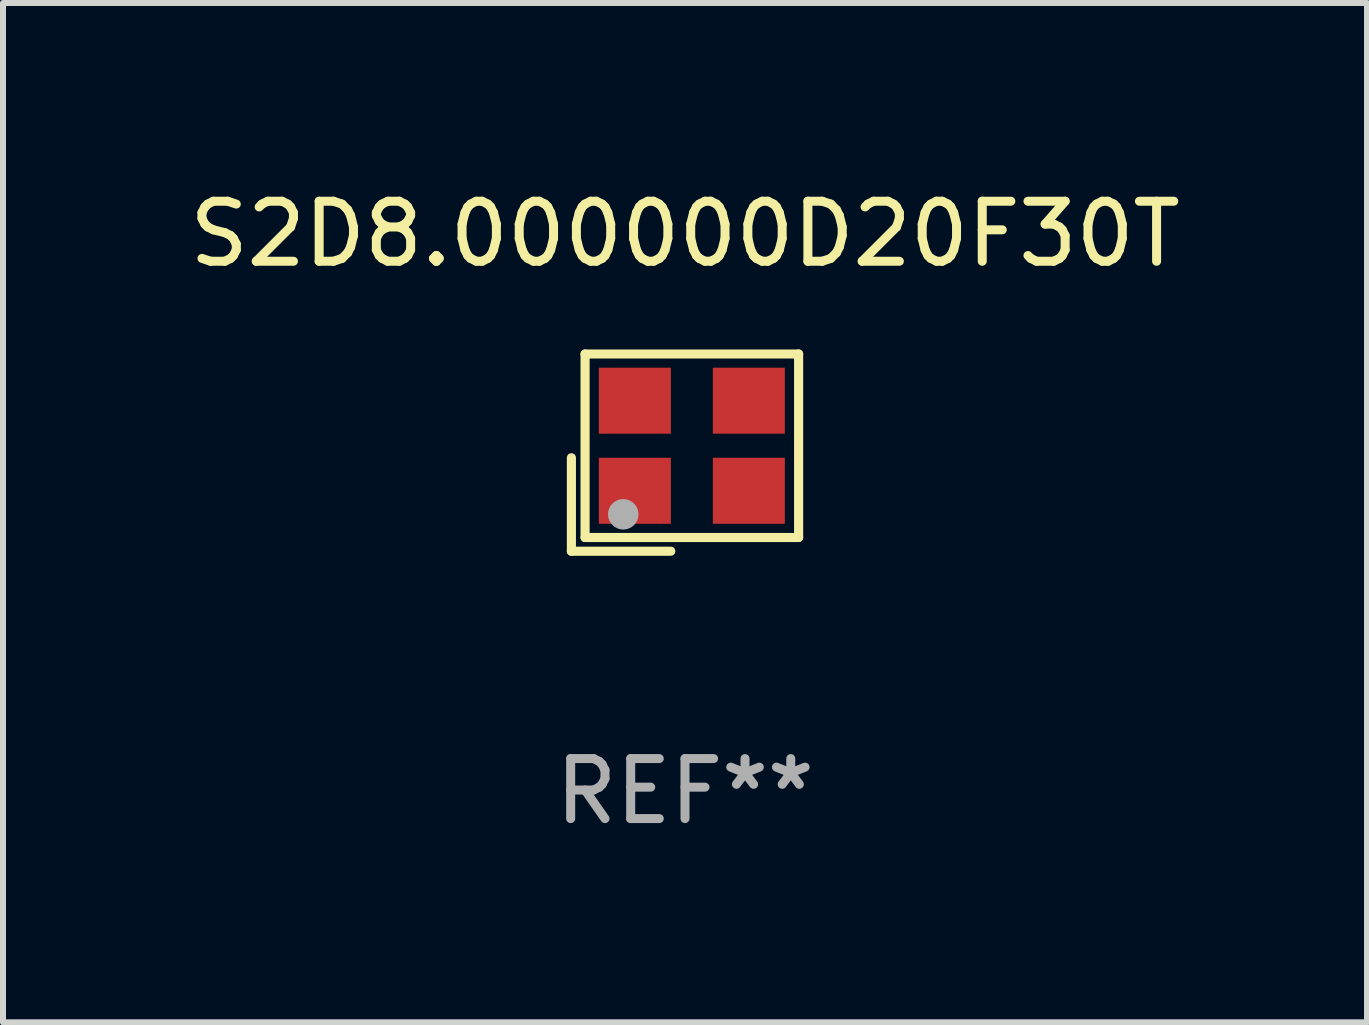
<source format=kicad_pcb>
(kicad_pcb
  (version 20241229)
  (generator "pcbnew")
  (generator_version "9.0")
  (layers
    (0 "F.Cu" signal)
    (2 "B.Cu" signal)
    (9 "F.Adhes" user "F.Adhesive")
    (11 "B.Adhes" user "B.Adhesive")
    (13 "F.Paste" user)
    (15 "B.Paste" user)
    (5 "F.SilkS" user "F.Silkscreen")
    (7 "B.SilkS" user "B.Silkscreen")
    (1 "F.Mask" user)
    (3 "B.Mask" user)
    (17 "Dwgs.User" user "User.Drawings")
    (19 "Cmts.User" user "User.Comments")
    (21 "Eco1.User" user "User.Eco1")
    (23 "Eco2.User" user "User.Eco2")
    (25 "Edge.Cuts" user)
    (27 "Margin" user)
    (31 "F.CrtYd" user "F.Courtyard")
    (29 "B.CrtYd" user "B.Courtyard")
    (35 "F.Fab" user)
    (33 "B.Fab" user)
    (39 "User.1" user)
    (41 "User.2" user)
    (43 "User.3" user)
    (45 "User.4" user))
  (footprint "S2D8.000000D20F30T"
    (layer "F.Cu")
    (at 8.363 4.491)
    (property "Reference" "S2D8.000000D20F30T" (at 0 -3.643 0) (layer "F.SilkS") (effects (font (size 1 1) (thickness 0.15))))
    (attr through_hole)
    (fp_line (start -1.893 0.086) (end -1.893 1.643) (stroke (width 0.152) (type solid)) (layer "F.SilkS"))
    (fp_line (start -1.893 1.643) (end -0.237 1.643) (stroke (width 0.152) (type solid)) (layer "F.SilkS"))
    (fp_line (start -1.665 -1.643) (end 1.893 -1.643) (stroke (width 0.152) (type solid)) (layer "F.SilkS"))
    (fp_line (start -1.665 1.414) (end -1.665 -1.643) (stroke (width 0.152) (type solid)) (layer "F.SilkS"))
    (fp_line (start 1.893 -1.643) (end 1.893 1.414) (stroke (width 0.152) (type solid)) (layer "F.SilkS"))
    (fp_line (start 1.893 1.414) (end -1.665 1.414) (stroke (width 0.152) (type solid)) (layer "F.SilkS"))
    (fp_circle (center -1.136 0.885) (end -1.106 0.885) (stroke (width 0.06) (type solid)) (fill no) (layer "F.SilkS"))
    (fp_circle (center -1.029 1.028) (end -0.902 1.028) (stroke (width 0.254) (type solid)) (fill no) (layer "F.Fab"))
    (fp_text user "REF**" (at 0 5.643 0) (layer "F.Fab") (effects (font (size 1 1) (thickness 0.15))))
    (pad "1" smd rect (at -0.836 0.636) (size 1.2 1.1) (layers "F.Cu" "F.Mask" "F.Paste"))
    (pad "2" smd rect (at 1.064 0.636) (size 1.2 1.1) (layers "F.Cu" "F.Mask" "F.Paste"))
    (pad "3" smd rect (at 1.064 -0.865) (size 1.2 1.1) (layers "F.Cu" "F.Mask" "F.Paste"))
    (pad "4" smd rect (at -0.836 -0.865) (size 1.2 1.1) (layers "F.Cu" "F.Mask" "F.Paste")))
  (gr_rect
    (start -3 -3)
    (end 19.726 13.983)
    (stroke (width 0.1) (type default))
    (fill no)
    (layer "Edge.Cuts")))
</source>
